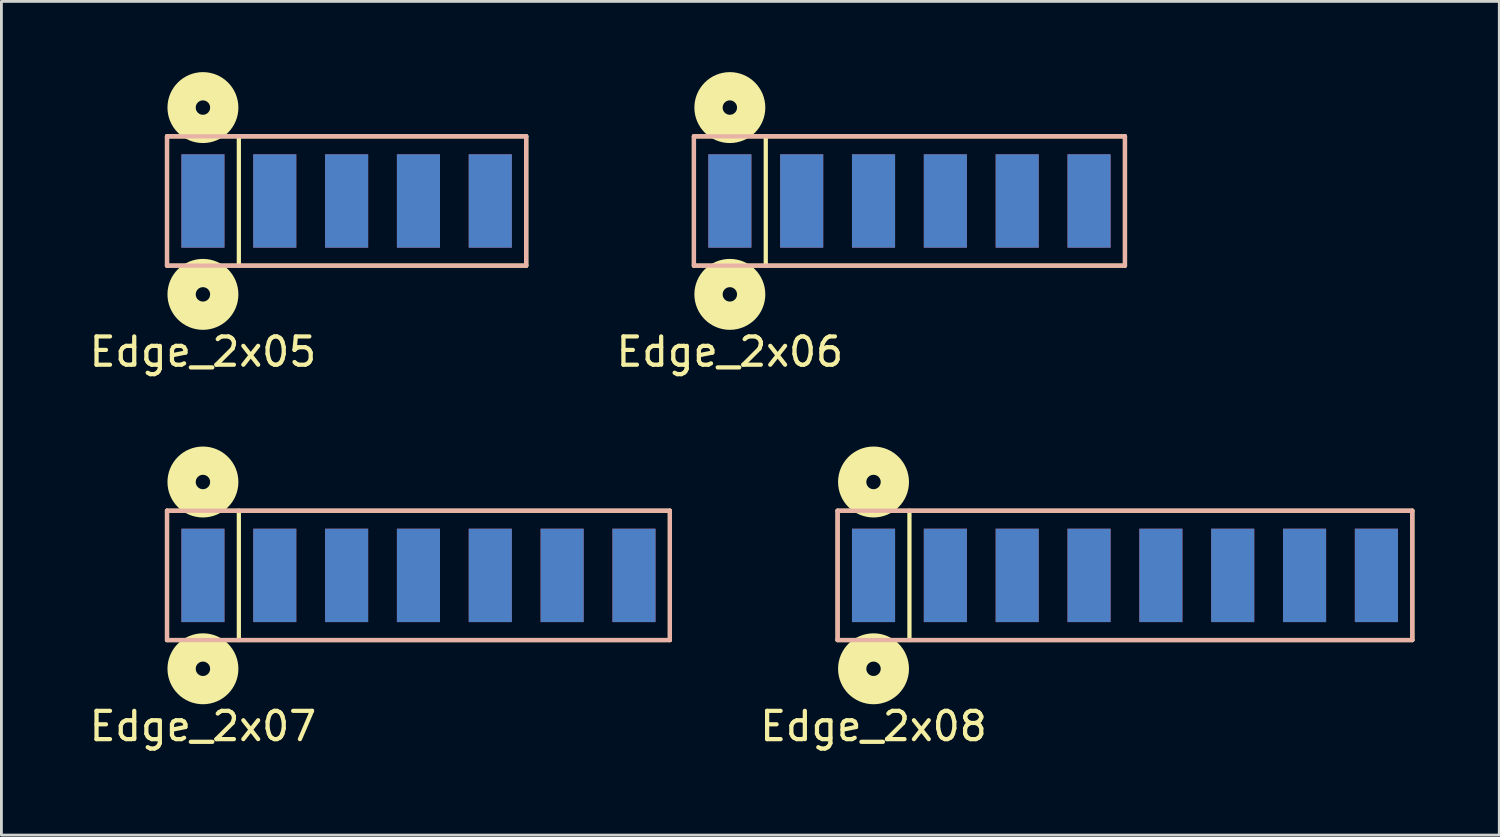
<source format=kicad_pcb>
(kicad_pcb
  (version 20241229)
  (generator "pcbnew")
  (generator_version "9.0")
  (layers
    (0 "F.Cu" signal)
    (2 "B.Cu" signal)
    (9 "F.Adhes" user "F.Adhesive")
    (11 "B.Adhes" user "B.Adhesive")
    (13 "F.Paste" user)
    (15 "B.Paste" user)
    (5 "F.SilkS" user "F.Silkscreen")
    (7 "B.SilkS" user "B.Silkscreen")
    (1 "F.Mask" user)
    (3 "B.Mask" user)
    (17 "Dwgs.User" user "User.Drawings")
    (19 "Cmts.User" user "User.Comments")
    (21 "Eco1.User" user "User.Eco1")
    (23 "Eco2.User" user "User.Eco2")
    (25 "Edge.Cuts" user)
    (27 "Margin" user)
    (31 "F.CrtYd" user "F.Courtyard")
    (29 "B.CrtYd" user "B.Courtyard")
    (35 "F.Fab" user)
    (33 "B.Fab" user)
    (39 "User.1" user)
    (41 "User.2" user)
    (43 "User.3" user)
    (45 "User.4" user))
  (footprint "Edge_2x06"
    (layer "F.Cu")
    (at 22.755 4.056)
    (property "Reference" "Edge_2x06" (at 0 5.334 0) (layer "F.SilkS") (effects (font (size 1 1) (thickness 0.15))))
    (attr through_hole)
    (fp_line (start -1.27 -2.286) (end -1.27 2.286) (stroke (width 0.15) (type solid)) (layer "F.SilkS"))
    (fp_line (start -1.27 2.286) (end 13.97 2.286) (stroke (width 0.15) (type solid)) (layer "F.SilkS"))
    (fp_line (start 1.27 2.286) (end 1.27 -2.286) (stroke (width 0.15) (type solid)) (layer "F.SilkS"))
    (fp_line (start 13.97 -2.286) (end -1.27 -2.286) (stroke (width 0.15) (type solid)) (layer "F.SilkS"))
    (fp_line (start 13.97 2.286) (end 13.97 -2.286) (stroke (width 0.15) (type solid)) (layer "F.SilkS"))
    (fp_circle (center 0 -3.302) (end 0.254 -3.302) (stroke (width 1) (type solid)) (fill no) (layer "F.SilkS"))
    (fp_circle (center 0 3.302) (end 0.254 3.302) (stroke (width 1) (type solid)) (fill no) (layer "F.SilkS"))
    (fp_line (start -1.27 -2.286) (end -1.27 2.286) (stroke (width 0.15) (type solid)) (layer "B.SilkS"))
    (fp_line (start -1.27 2.286) (end 13.97 2.286) (stroke (width 0.15) (type solid)) (layer "B.SilkS"))
    (fp_line (start 13.97 -2.286) (end -1.27 -2.286) (stroke (width 0.15) (type solid)) (layer "B.SilkS"))
    (fp_line (start 13.97 2.286) (end 13.97 -2.286) (stroke (width 0.15) (type solid)) (layer "B.SilkS"))
    (pad "1" smd rect (at 0 0) (size 1.524 3.302) (layers "F.Cu" "F.Mask" "F.Paste"))
    (pad "2" smd rect (at 0 0) (size 1.524 3.302) (layers "B.Cu" "B.Mask" "B.Paste"))
    (pad "3" smd rect (at 2.54 0) (size 1.524 3.302) (layers "F.Cu" "F.Mask" "F.Paste"))
    (pad "4" smd rect (at 2.54 0) (size 1.524 3.302) (layers "B.Cu" "B.Mask" "B.Paste"))
    (pad "5" smd rect (at 5.08 0) (size 1.524 3.302) (layers "F.Cu" "F.Mask" "F.Paste"))
    (pad "6" smd rect (at 5.08 0) (size 1.524 3.302) (layers "B.Cu" "B.Mask" "B.Paste"))
    (pad "7" smd rect (at 7.62 0) (size 1.524 3.302) (layers "F.Cu" "F.Mask" "F.Paste"))
    (pad "8" smd rect (at 7.62 0) (size 1.524 3.302) (layers "B.Cu" "B.Mask" "B.Paste"))
    (pad "9" smd rect (at 10.16 0) (size 1.524 3.302) (layers "F.Cu" "F.Mask" "F.Paste"))
    (pad "10" smd rect (at 10.16 0) (size 1.524 3.302) (layers "B.Cu" "B.Mask" "B.Paste"))
    (pad "11" smd rect (at 12.7 0) (size 1.524 3.302) (layers "F.Cu" "F.Mask" "F.Paste"))
    (pad "12" smd rect (at 12.7 0) (size 1.524 3.302) (layers "B.Cu" "B.Mask" "B.Paste")))
  (footprint "Edge_2x07"
    (layer "F.Cu")
    (at 4.125 17.294)
    (property "Reference" "Edge_2x07" (at 0 5.334 0) (layer "F.SilkS") (effects (font (size 1 1) (thickness 0.15))))
    (attr through_hole)
    (fp_line (start -1.27 -2.286) (end -1.27 2.286) (stroke (width 0.15) (type solid)) (layer "F.SilkS"))
    (fp_line (start -1.27 2.286) (end 16.51 2.286) (stroke (width 0.15) (type solid)) (layer "F.SilkS"))
    (fp_line (start 1.27 2.286) (end 1.27 -2.286) (stroke (width 0.15) (type solid)) (layer "F.SilkS"))
    (fp_line (start 16.51 -2.286) (end -1.27 -2.286) (stroke (width 0.15) (type solid)) (layer "F.SilkS"))
    (fp_line (start 16.51 2.286) (end 16.51 -2.286) (stroke (width 0.15) (type solid)) (layer "F.SilkS"))
    (fp_circle (center 0 -3.302) (end 0.254 -3.302) (stroke (width 1) (type solid)) (fill no) (layer "F.SilkS"))
    (fp_circle (center 0 3.302) (end 0.254 3.302) (stroke (width 1) (type solid)) (fill no) (layer "F.SilkS"))
    (fp_line (start -1.27 -2.286) (end -1.27 2.286) (stroke (width 0.15) (type solid)) (layer "B.SilkS"))
    (fp_line (start -1.27 2.286) (end 16.51 2.286) (stroke (width 0.15) (type solid)) (layer "B.SilkS"))
    (fp_line (start 16.51 -2.286) (end -1.27 -2.286) (stroke (width 0.15) (type solid)) (layer "B.SilkS"))
    (fp_line (start 16.51 2.286) (end 16.51 -2.286) (stroke (width 0.15) (type solid)) (layer "B.SilkS"))
    (pad "1" smd rect (at 0 0) (size 1.524 3.302) (layers "F.Cu" "F.Mask" "F.Paste"))
    (pad "2" smd rect (at 0 0) (size 1.524 3.302) (layers "B.Cu" "B.Mask" "B.Paste"))
    (pad "3" smd rect (at 2.54 0) (size 1.524 3.302) (layers "F.Cu" "F.Mask" "F.Paste"))
    (pad "4" smd rect (at 2.54 0) (size 1.524 3.302) (layers "B.Cu" "B.Mask" "B.Paste"))
    (pad "5" smd rect (at 5.08 0) (size 1.524 3.302) (layers "F.Cu" "F.Mask" "F.Paste"))
    (pad "6" smd rect (at 5.08 0) (size 1.524 3.302) (layers "B.Cu" "B.Mask" "B.Paste"))
    (pad "7" smd rect (at 7.62 0) (size 1.524 3.302) (layers "F.Cu" "F.Mask" "F.Paste"))
    (pad "8" smd rect (at 7.62 0) (size 1.524 3.302) (layers "B.Cu" "B.Mask" "B.Paste"))
    (pad "9" smd rect (at 10.16 0) (size 1.524 3.302) (layers "F.Cu" "F.Mask" "F.Paste"))
    (pad "10" smd rect (at 10.16 0) (size 1.524 3.302) (layers "B.Cu" "B.Mask" "B.Paste"))
    (pad "11" smd rect (at 12.7 0) (size 1.524 3.302) (layers "F.Cu" "F.Mask" "F.Paste"))
    (pad "12" smd rect (at 12.7 0) (size 1.524 3.302) (layers "B.Cu" "B.Mask" "B.Paste"))
    (pad "13" smd rect (at 15.24 0) (size 1.524 3.302) (layers "F.Cu" "F.Mask" "F.Paste"))
    (pad "14" smd rect (at 15.24 0) (size 1.524 3.302) (layers "B.Cu" "B.Mask" "B.Paste")))
  (footprint "Edge_2x08"
    (layer "F.Cu")
    (at 27.835 17.294)
    (property "Reference" "Edge_2x08" (at 0 5.334 0) (layer "F.SilkS") (effects (font (size 1 1) (thickness 0.15))))
    (attr through_hole)
    (fp_line (start -1.27 -2.286) (end -1.27 2.286) (stroke (width 0.15) (type solid)) (layer "F.SilkS"))
    (fp_line (start -1.27 2.286) (end 19.05 2.286) (stroke (width 0.15) (type solid)) (layer "F.SilkS"))
    (fp_line (start 1.27 2.286) (end 1.27 -2.286) (stroke (width 0.15) (type solid)) (layer "F.SilkS"))
    (fp_line (start 19.05 -2.286) (end -1.27 -2.286) (stroke (width 0.15) (type solid)) (layer "F.SilkS"))
    (fp_line (start 19.05 2.286) (end 19.05 -2.286) (stroke (width 0.15) (type solid)) (layer "F.SilkS"))
    (fp_circle (center 0 -3.302) (end 0.254 -3.302) (stroke (width 1) (type solid)) (fill no) (layer "F.SilkS"))
    (fp_circle (center 0 3.302) (end 0.254 3.302) (stroke (width 1) (type solid)) (fill no) (layer "F.SilkS"))
    (fp_line (start -1.27 -2.286) (end -1.27 2.286) (stroke (width 0.15) (type solid)) (layer "B.SilkS"))
    (fp_line (start -1.27 2.286) (end 19.05 2.286) (stroke (width 0.15) (type solid)) (layer "B.SilkS"))
    (fp_line (start 19.05 -2.286) (end -1.27 -2.286) (stroke (width 0.15) (type solid)) (layer "B.SilkS"))
    (fp_line (start 19.05 2.286) (end 19.05 -2.286) (stroke (width 0.15) (type solid)) (layer "B.SilkS"))
    (pad "1" smd rect (at 0 0) (size 1.524 3.302) (layers "F.Cu" "F.Mask" "F.Paste"))
    (pad "2" smd rect (at 0 0) (size 1.524 3.302) (layers "B.Cu" "B.Mask" "B.Paste"))
    (pad "3" smd rect (at 2.54 0) (size 1.524 3.302) (layers "F.Cu" "F.Mask" "F.Paste"))
    (pad "4" smd rect (at 2.54 0) (size 1.524 3.302) (layers "B.Cu" "B.Mask" "B.Paste"))
    (pad "5" smd rect (at 5.08 0) (size 1.524 3.302) (layers "F.Cu" "F.Mask" "F.Paste"))
    (pad "6" smd rect (at 5.08 0) (size 1.524 3.302) (layers "B.Cu" "B.Mask" "B.Paste"))
    (pad "7" smd rect (at 7.62 0) (size 1.524 3.302) (layers "F.Cu" "F.Mask" "F.Paste"))
    (pad "8" smd rect (at 7.62 0) (size 1.524 3.302) (layers "B.Cu" "B.Mask" "B.Paste"))
    (pad "9" smd rect (at 10.16 0) (size 1.524 3.302) (layers "F.Cu" "F.Mask" "F.Paste"))
    (pad "10" smd rect (at 10.16 0) (size 1.524 3.302) (layers "B.Cu" "B.Mask" "B.Paste"))
    (pad "11" smd rect (at 12.7 0) (size 1.524 3.302) (layers "F.Cu" "F.Mask" "F.Paste"))
    (pad "12" smd rect (at 12.7 0) (size 1.524 3.302) (layers "B.Cu" "B.Mask" "B.Paste"))
    (pad "13" smd rect (at 15.24 0) (size 1.524 3.302) (layers "F.Cu" "F.Mask" "F.Paste"))
    (pad "14" smd rect (at 15.24 0) (size 1.524 3.302) (layers "B.Cu" "B.Mask" "B.Paste"))
    (pad "15" smd rect (at 17.78 0) (size 1.524 3.302) (layers "F.Cu" "F.Mask" "F.Paste"))
    (pad "16" smd rect (at 17.78 0) (size 1.524 3.302) (layers "B.Cu" "B.Mask" "B.Paste")))
  (footprint "Edge_2x05"
    (layer "F.Cu")
    (at 4.125 4.056)
    (property "Reference" "Edge_2x05" (at 0 5.334 0) (layer "F.SilkS") (effects (font (size 1 1) (thickness 0.15))))
    (attr through_hole)
    (fp_line (start -1.27 -2.286) (end -1.27 2.286) (stroke (width 0.15) (type solid)) (layer "F.SilkS"))
    (fp_line (start -1.27 2.286) (end 11.43 2.286) (stroke (width 0.15) (type solid)) (layer "F.SilkS"))
    (fp_line (start 1.27 2.286) (end 1.27 -2.286) (stroke (width 0.15) (type solid)) (layer "F.SilkS"))
    (fp_line (start 11.43 -2.286) (end -1.27 -2.286) (stroke (width 0.15) (type solid)) (layer "F.SilkS"))
    (fp_line (start 11.43 2.286) (end 11.43 -2.286) (stroke (width 0.15) (type solid)) (layer "F.SilkS"))
    (fp_circle (center 0 -3.302) (end 0.254 -3.302) (stroke (width 1) (type solid)) (fill no) (layer "F.SilkS"))
    (fp_circle (center 0 3.302) (end 0.254 3.302) (stroke (width 1) (type solid)) (fill no) (layer "F.SilkS"))
    (fp_line (start -1.27 -2.286) (end -1.27 2.286) (stroke (width 0.15) (type solid)) (layer "B.SilkS"))
    (fp_line (start -1.27 2.286) (end 11.43 2.286) (stroke (width 0.15) (type solid)) (layer "B.SilkS"))
    (fp_line (start 11.43 -2.286) (end -1.27 -2.286) (stroke (width 0.15) (type solid)) (layer "B.SilkS"))
    (fp_line (start 11.43 2.286) (end 11.43 -2.286) (stroke (width 0.15) (type solid)) (layer "B.SilkS"))
    (pad "1" smd rect (at 0 0) (size 1.524 3.302) (layers "F.Cu" "F.Mask" "F.Paste"))
    (pad "2" smd rect (at 0 0) (size 1.524 3.302) (layers "B.Cu" "B.Mask" "B.Paste"))
    (pad "3" smd rect (at 2.54 0) (size 1.524 3.302) (layers "F.Cu" "F.Mask" "F.Paste"))
    (pad "4" smd rect (at 2.54 0) (size 1.524 3.302) (layers "B.Cu" "B.Mask" "B.Paste"))
    (pad "5" smd rect (at 5.08 0) (size 1.524 3.302) (layers "F.Cu" "F.Mask" "F.Paste"))
    (pad "6" smd rect (at 5.08 0) (size 1.524 3.302) (layers "B.Cu" "B.Mask" "B.Paste"))
    (pad "7" smd rect (at 7.62 0) (size 1.524 3.302) (layers "F.Cu" "F.Mask" "F.Paste"))
    (pad "8" smd rect (at 7.62 0) (size 1.524 3.302) (layers "B.Cu" "B.Mask" "B.Paste"))
    (pad "9" smd rect (at 10.16 0) (size 1.524 3.302) (layers "F.Cu" "F.Mask" "F.Paste"))
    (pad "10" smd rect (at 10.16 0) (size 1.524 3.302) (layers "B.Cu" "B.Mask" "B.Paste")))
  (gr_rect
    (start -3 -3)
    (end 49.96 26.477)
    (stroke (width 0.1) (type default))
    (fill no)
    (layer "Edge.Cuts")))
</source>
